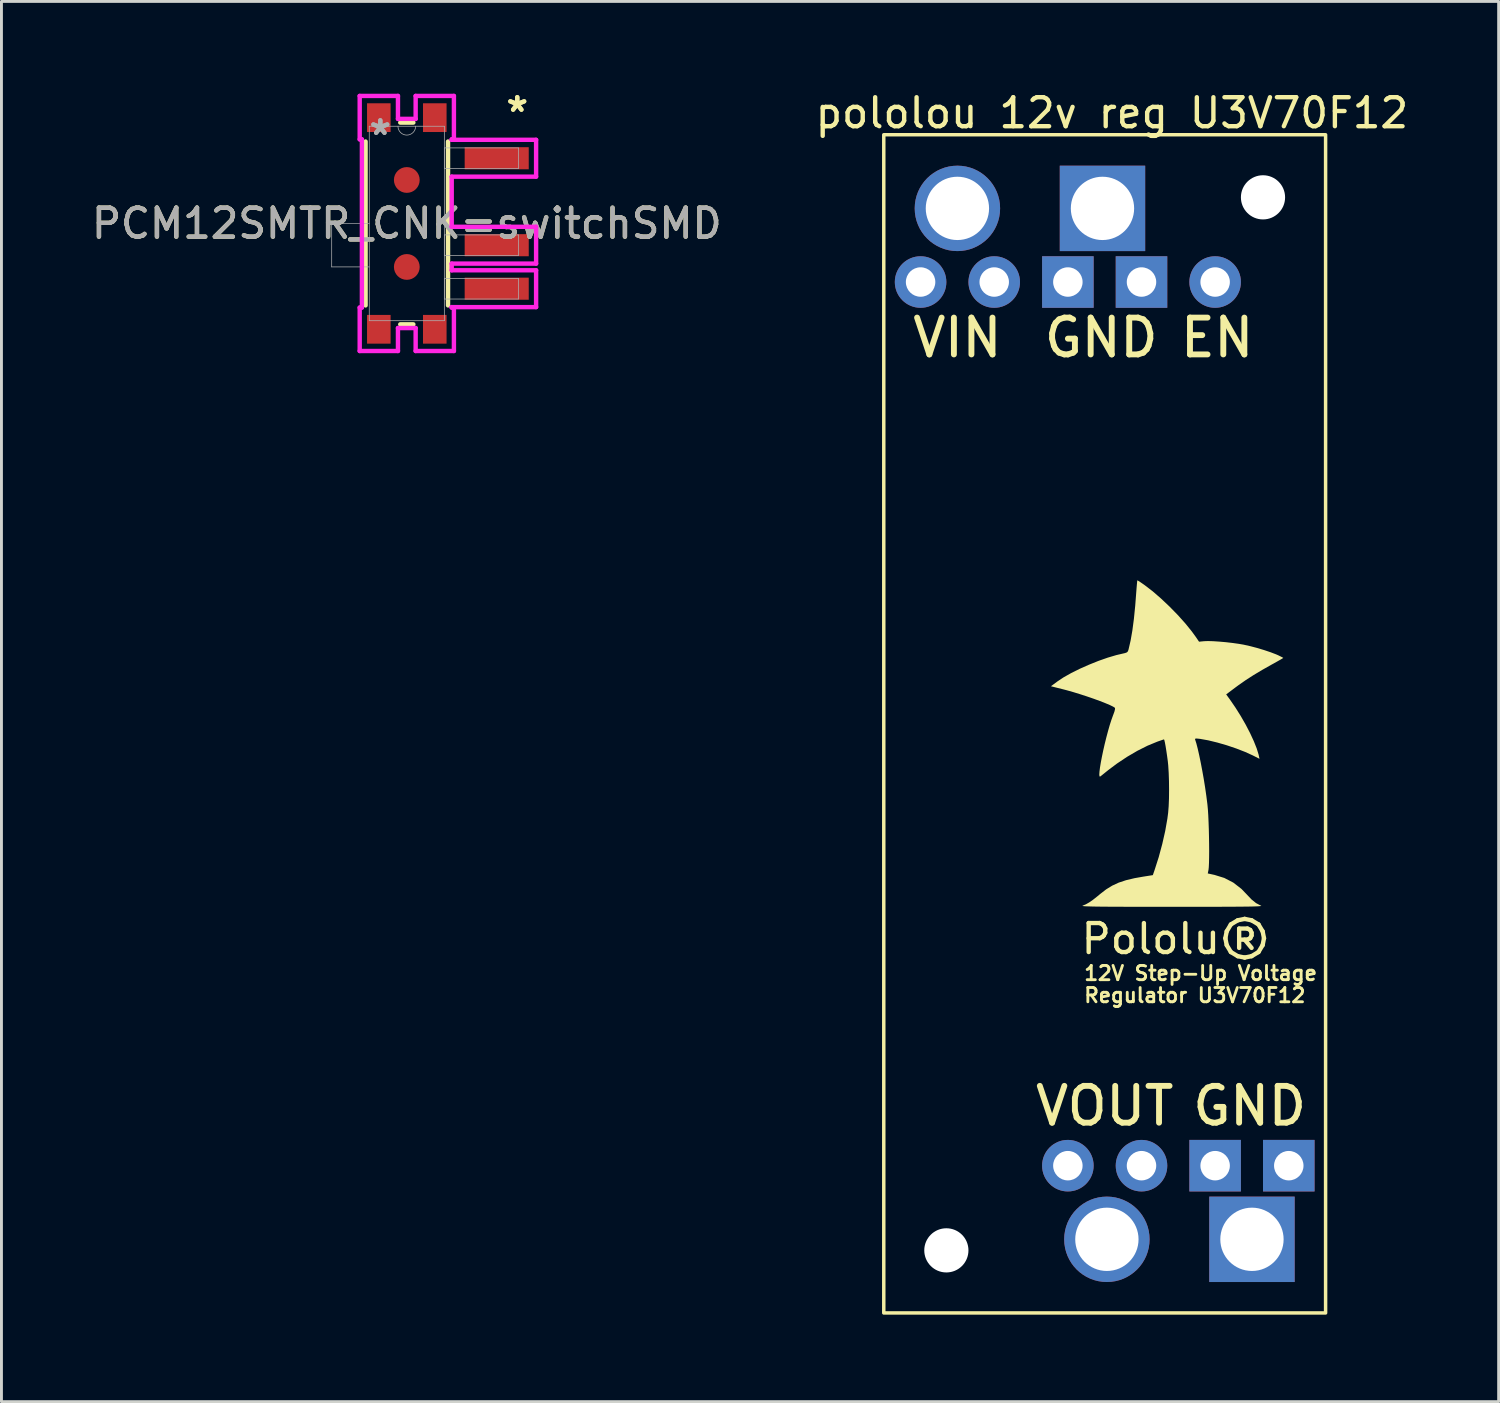
<source format=kicad_pcb>
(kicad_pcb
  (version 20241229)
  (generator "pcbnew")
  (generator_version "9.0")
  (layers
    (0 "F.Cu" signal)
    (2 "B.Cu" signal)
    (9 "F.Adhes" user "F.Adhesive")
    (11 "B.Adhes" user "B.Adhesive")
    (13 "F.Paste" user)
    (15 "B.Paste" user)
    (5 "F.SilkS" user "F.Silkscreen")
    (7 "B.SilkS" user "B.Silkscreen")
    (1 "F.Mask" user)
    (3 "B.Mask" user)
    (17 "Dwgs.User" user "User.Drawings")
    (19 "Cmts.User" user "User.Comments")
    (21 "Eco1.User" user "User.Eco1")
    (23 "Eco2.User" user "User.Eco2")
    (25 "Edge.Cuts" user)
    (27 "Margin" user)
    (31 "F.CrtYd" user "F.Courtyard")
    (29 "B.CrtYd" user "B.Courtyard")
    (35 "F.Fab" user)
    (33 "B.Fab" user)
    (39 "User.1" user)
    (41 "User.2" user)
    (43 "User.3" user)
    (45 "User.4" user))
  (footprint "pololou 12v reg U3V70F12"
    (layer "F.Cu")
    (at 35.054 1.348)
    (property "Reference" "pololou 12v reg U3V70F12" (at 0.25 -0.5 0) (unlocked yes) (layer "F.SilkS") (effects (font (size 1 1) (thickness 0.15))))
    (attr through_hole)
    (fp_rect (start -7.62 0.25) (end 7.62 40.89) (stroke (width 0.12) (type default)) (fill no) (layer "F.SilkS"))
    (fp_poly (pts (xy 1.153 15.633) (xy 1.221 15.676) (xy 1.317 15.742) (xy 1.385 15.79) (xy 1.657 15.999) (xy 1.944 16.248) (xy 2.235 16.523) (xy 2.518 16.812) (xy 2.779 17.103) (xy 3.006 17.383) (xy 3.144 17.573) (xy 3.255 17.736) (xy 3.429 17.719) (xy 3.56 17.714) (xy 3.739 17.719) (xy 3.95 17.733) (xy 4.179 17.753) (xy 4.412 17.78) (xy 4.632 17.811) (xy 4.793 17.839) (xy 5.013 17.888) (xy 5.253 17.951) (xy 5.496 18.024) (xy 5.723 18.1) (xy 5.916 18.174) (xy 5.993 18.208) (xy 6.082 18.252) (xy 6.143 18.284) (xy 6.16 18.296) (xy 6.134 18.313) (xy 6.062 18.356) (xy 5.954 18.417) (xy 5.821 18.492) (xy 5.771 18.519) (xy 5.427 18.713) (xy 5.13 18.891) (xy 4.865 19.062) (xy 4.62 19.233) (xy 4.502 19.32) (xy 4.191 19.554) (xy 4.322 19.734) (xy 4.511 20.01) (xy 4.694 20.301) (xy 4.864 20.598) (xy 5.016 20.891) (xy 5.144 21.168) (xy 5.244 21.419) (xy 5.31 21.634) (xy 5.318 21.671) (xy 5.34 21.776) (xy 5.107 21.658) (xy 4.843 21.538) (xy 4.539 21.42) (xy 4.214 21.31) (xy 3.886 21.215) (xy 3.574 21.139) (xy 3.296 21.089) (xy 3.273 21.086) (xy 3.175 21.076) (xy 3.127 21.079) (xy 3.116 21.098) (xy 3.12 21.113) (xy 3.161 21.241) (xy 3.208 21.422) (xy 3.259 21.646) (xy 3.312 21.902) (xy 3.365 22.18) (xy 3.417 22.471) (xy 3.464 22.763) (xy 3.505 23.047) (xy 3.539 23.312) (xy 3.545 23.365) (xy 3.56 23.526) (xy 3.573 23.726) (xy 3.583 23.955) (xy 3.592 24.203) (xy 3.598 24.459) (xy 3.602 24.714) (xy 3.604 24.957) (xy 3.602 25.178) (xy 3.598 25.368) (xy 3.591 25.515) (xy 3.581 25.61) (xy 3.579 25.616) (xy 3.556 25.73) (xy 3.786 25.78) (xy 4.126 25.885) (xy 4.437 26.046) (xy 4.718 26.264) (xy 4.899 26.452) (xy 5.066 26.628) (xy 5.22 26.752) (xy 5.371 26.832) (xy 5.39 26.839) (xy 5.402 26.846) (xy 5.395 26.852) (xy 5.365 26.857) (xy 5.309 26.862) (xy 5.224 26.866) (xy 5.106 26.87) (xy 4.953 26.873) (xy 4.761 26.875) (xy 4.526 26.877) (xy 4.246 26.878) (xy 3.918 26.88) (xy 3.537 26.88) (xy 3.101 26.881) (xy 2.606 26.881) (xy 2.318 26.881) (xy 1.789 26.881) (xy 1.319 26.881) (xy 0.907 26.88) (xy 0.549 26.879) (xy 0.242 26.878) (xy -0.017 26.876) (xy -0.233 26.874) (xy -0.407 26.871) (xy -0.542 26.867) (xy -0.643 26.864) (xy -0.712 26.859) (xy -0.753 26.854) (xy -0.768 26.848) (xy -0.761 26.841) (xy -0.758 26.84) (xy -0.648 26.794) (xy -0.534 26.729) (xy -0.404 26.639) (xy -0.247 26.515) (xy -0.152 26.436) (xy 0.051 26.279) (xy 0.259 26.151) (xy 0.483 26.047) (xy 0.736 25.963) (xy 1.03 25.893) (xy 1.331 25.84) (xy 1.661 25.788) (xy 1.721 25.614) (xy 1.864 25.167) (xy 1.987 24.711) (xy 2.088 24.265) (xy 2.162 23.845) (xy 2.189 23.639) (xy 2.207 23.414) (xy 2.218 23.145) (xy 2.221 22.851) (xy 2.218 22.55) (xy 2.208 22.262) (xy 2.192 22.004) (xy 2.177 21.857) (xy 2.152 21.672) (xy 2.126 21.496) (xy 2.101 21.341) (xy 2.078 21.217) (xy 2.059 21.135) (xy 2.046 21.105) (xy 2.046 21.105) (xy 2.014 21.115) (xy 1.937 21.142) (xy 1.83 21.179) (xy 1.804 21.189) (xy 1.477 21.324) (xy 1.127 21.5) (xy 0.77 21.709) (xy 0.422 21.941) (xy 0.127 22.162) (xy 0.019 22.249) (xy -0.073 22.323) (xy -0.137 22.373) (xy -0.154 22.387) (xy -0.178 22.383) (xy -0.186 22.325) (xy -0.18 22.22) (xy -0.162 22.077) (xy -0.133 21.902) (xy -0.095 21.703) (xy -0.05 21.488) (xy 0.001 21.264) (xy 0.057 21.038) (xy 0.116 20.817) (xy 0.175 20.61) (xy 0.235 20.424) (xy 0.292 20.266) (xy 0.3 20.246) (xy 0.338 20.141) (xy 0.357 20.059) (xy 0.355 20.018) (xy 0.292 19.977) (xy 0.178 19.921) (xy 0.021 19.855) (xy -0.169 19.781) (xy -0.385 19.702) (xy -0.615 19.623) (xy -0.852 19.546) (xy -1.086 19.474) (xy -1.309 19.411) (xy -1.428 19.38) (xy -1.854 19.273) (xy -1.633 19.109) (xy -1.42 18.967) (xy -1.157 18.819) (xy -0.86 18.671) (xy -0.542 18.53) (xy -0.216 18.399) (xy 0.103 18.287) (xy 0.403 18.198) (xy 0.596 18.153) (xy 0.704 18.128) (xy 0.767 18.104) (xy 0.801 18.068) (xy 0.822 18.009) (xy 0.825 17.997) (xy 0.894 17.698) (xy 0.955 17.349) (xy 1.008 16.947) (xy 1.054 16.487) (xy 1.081 16.136) (xy 1.094 15.964) (xy 1.106 15.816) (xy 1.116 15.702) (xy 1.123 15.634) (xy 1.126 15.62)) (stroke (width 0) (type solid)) (fill yes) (layer "F.SilkS"))
    (fp_text user "VOUT" (at 0 33.75 0) (unlocked yes) (layer "F.SilkS") (effects (font (size 1.27 1.27) (thickness 0.203))))
    (fp_text user "GND" (at -0.12 7.25 0) (unlocked yes) (layer "F.SilkS") (effects (font (size 1.27 1.27) (thickness 0.203))))
    (fp_text user "GND" (at 5 33.75 0) (unlocked yes) (layer "F.SilkS") (effects (font (size 1.27 1.27) (thickness 0.203))))
    (fp_text user "VIN" (at -5.08 7.25 0) (unlocked yes) (layer "F.SilkS") (effects (font (size 1.27 1.27) (thickness 0.203))))
    (fp_text user "Pololu®" (at -0.889 28.571 0) (unlocked yes) (layer "F.SilkS") (effects (font (size 1 1) (thickness 0.15)) (justify left bottom)))
    (fp_text user "Regulator U3V70F12" (at -0.762 30.222 0) (unlocked yes) (layer "F.SilkS") (effects (font (size 0.492 0.492) (thickness 0.098) (bold yes)) (justify left bottom)))
    (fp_text user "12V Step-Up Voltage" (at -0.762 29.46 0) (unlocked yes) (layer "F.SilkS") (effects (font (size 0.492 0.492) (thickness 0.098) (bold yes)) (justify left bottom)))
    (fp_text user "EN" (at 3.88 7.25 0) (unlocked yes) (layer "F.SilkS") (effects (font (size 1.27 1.27) (thickness 0.203))))
    (pad "" np_thru_hole circle (at -5.461 38.731) (size 1.524 1.524) (drill 2.184) (layers "*.Cu" "*.Mask"))
    (pad "" np_thru_hole circle (at 5.461 2.409) (size 1.524 1.524) (drill 2.184) (layers "*.Cu" "*.Mask"))
    (pad "1" thru_hole circle (at -6.35 5.33) (size 1.778 1.778) (drill 1.016) (layers "*.Cu" "*.Mask"))
    (pad "1" thru_hole circle (at -5.08 2.79) (size 2.946 2.946) (drill 2.184) (layers "*.Cu" "*.Mask"))
    (pad "1" thru_hole circle (at -3.81 5.33) (size 1.778 1.778) (drill 1.016) (layers "*.Cu" "*.Mask"))
    (pad "2" thru_hole circle (at -1.27 35.81) (size 1.778 1.778) (drill 1.016) (layers "*.Cu" "*.Mask"))
    (pad "2" thru_hole circle (at 0.076 38.35) (size 2.946 2.946) (drill 2.184) (layers "*.Cu" "*.Mask"))
    (pad "2" thru_hole circle (at 1.27 35.81) (size 1.778 1.778) (drill 1.016) (layers "*.Cu" "*.Mask"))
    (pad "3" thru_hole circle (at 3.81 5.33) (size 1.778 1.778) (drill 1.016) (layers "*.Cu" "*.Mask"))
    (pad "4" thru_hole rect (at -1.27 5.33) (size 1.778 1.778) (drill 1.016) (layers "*.Cu" "*.Mask"))
    (pad "4" thru_hole rect (at -0.076 2.79) (size 2.946 2.946) (drill 2.184) (layers "*.Cu" "*.Mask"))
    (pad "4" thru_hole rect (at 1.27 5.33) (size 1.778 1.778) (drill 1.016) (layers "*.Cu" "*.Mask"))
    (pad "4" thru_hole rect (at 3.81 35.81) (size 1.778 1.778) (drill 1.016) (layers "*.Cu" "*.Mask"))
    (pad "4" thru_hole rect (at 5.08 38.35) (size 2.946 2.946) (drill 2.184) (layers "*.Cu" "*.Mask"))
    (pad "4" thru_hole rect (at 6.35 35.81) (size 1.778 1.778) (drill 1.016) (layers "*.Cu" "*.Mask")))
  (footprint "PCM12SMTR_CNK=switchSMD"
    (layer "F.Cu")
    (at 10.982 4.658)
    (property "Reference" "PCM12SMTR_CNK=switchSMD" (at 0 0 0) (unlocked yes) (layer "F.SilkS") (effects (font (size 1 1) (thickness 0.15))))
    (attr smd)
    (fp_line (start -1.422 2.826) (end -1.422 -2.826) (stroke (width 0.152) (type solid)) (layer "F.SilkS"))
    (fp_line (start -0.226 -3.48) (end 0.226 -3.48) (stroke (width 0.152) (type solid)) (layer "F.SilkS"))
    (fp_line (start 0.226 3.48) (end -0.226 3.48) (stroke (width 0.152) (type solid)) (layer "F.SilkS"))
    (fp_line (start 1.422 -2.826) (end 1.422 2.826) (stroke (width 0.152) (type solid)) (layer "F.SilkS"))
    (fp_line (start -1.625 -4.399) (end -1.625 -2.901) (stroke (width 0.152) (type solid)) (layer "F.CrtYd"))
    (fp_line (start -1.625 -2.901) (end -1.549 -2.901) (stroke (width 0.152) (type solid)) (layer "F.CrtYd"))
    (fp_line (start -1.625 2.901) (end -1.625 4.399) (stroke (width 0.152) (type solid)) (layer "F.CrtYd"))
    (fp_line (start -1.625 4.399) (end -0.305 4.399) (stroke (width 0.152) (type solid)) (layer "F.CrtYd"))
    (fp_line (start -1.549 -2.901) (end -1.549 2.901) (stroke (width 0.152) (type solid)) (layer "F.CrtYd"))
    (fp_line (start -1.549 2.901) (end -1.625 2.901) (stroke (width 0.152) (type solid)) (layer "F.CrtYd"))
    (fp_line (start -0.305 -4.399) (end -1.625 -4.399) (stroke (width 0.152) (type solid)) (layer "F.CrtYd"))
    (fp_line (start -0.305 -3.607) (end -0.305 -4.399) (stroke (width 0.152) (type solid)) (layer "F.CrtYd"))
    (fp_line (start -0.305 3.607) (end 0.305 3.607) (stroke (width 0.152) (type solid)) (layer "F.CrtYd"))
    (fp_line (start -0.305 4.399) (end -0.305 3.607) (stroke (width 0.152) (type solid)) (layer "F.CrtYd"))
    (fp_line (start 0.305 -4.399) (end 0.305 -3.607) (stroke (width 0.152) (type solid)) (layer "F.CrtYd"))
    (fp_line (start 0.305 -3.607) (end -0.305 -3.607) (stroke (width 0.152) (type solid)) (layer "F.CrtYd"))
    (fp_line (start 0.305 3.607) (end 0.305 4.399) (stroke (width 0.152) (type solid)) (layer "F.CrtYd"))
    (fp_line (start 0.305 4.399) (end 1.625 4.399) (stroke (width 0.152) (type solid)) (layer "F.CrtYd"))
    (fp_line (start 1.549 -2.901) (end 1.625 -2.901) (stroke (width 0.152) (type solid)) (layer "F.CrtYd"))
    (fp_line (start 1.549 -2.885) (end 1.549 -2.901) (stroke (width 0.152) (type solid)) (layer "F.CrtYd"))
    (fp_line (start 1.549 -1.615) (end 4.46 -1.615) (stroke (width 0.152) (type solid)) (layer "F.CrtYd"))
    (fp_line (start 1.549 0.115) (end 1.549 -1.615) (stroke (width 0.152) (type solid)) (layer "F.CrtYd"))
    (fp_line (start 1.549 1.385) (end 4.46 1.385) (stroke (width 0.152) (type solid)) (layer "F.CrtYd"))
    (fp_line (start 1.549 1.615) (end 1.549 1.385) (stroke (width 0.152) (type solid)) (layer "F.CrtYd"))
    (fp_line (start 1.549 2.885) (end 4.46 2.885) (stroke (width 0.152) (type solid)) (layer "F.CrtYd"))
    (fp_line (start 1.549 2.901) (end 1.549 2.885) (stroke (width 0.152) (type solid)) (layer "F.CrtYd"))
    (fp_line (start 1.625 -4.399) (end 0.305 -4.399) (stroke (width 0.152) (type solid)) (layer "F.CrtYd"))
    (fp_line (start 1.625 -2.901) (end 1.625 -4.399) (stroke (width 0.152) (type solid)) (layer "F.CrtYd"))
    (fp_line (start 1.625 2.901) (end 1.549 2.901) (stroke (width 0.152) (type solid)) (layer "F.CrtYd"))
    (fp_line (start 1.625 4.399) (end 1.625 2.901) (stroke (width 0.152) (type solid)) (layer "F.CrtYd"))
    (fp_line (start 4.46 -2.885) (end 1.549 -2.885) (stroke (width 0.152) (type solid)) (layer "F.CrtYd"))
    (fp_line (start 4.46 -1.615) (end 4.46 -2.885) (stroke (width 0.152) (type solid)) (layer "F.CrtYd"))
    (fp_line (start 4.46 0.115) (end 1.549 0.115) (stroke (width 0.152) (type solid)) (layer "F.CrtYd"))
    (fp_line (start 4.46 1.385) (end 4.46 0.115) (stroke (width 0.152) (type solid)) (layer "F.CrtYd"))
    (fp_line (start 4.46 1.615) (end 1.549 1.615) (stroke (width 0.152) (type solid)) (layer "F.CrtYd"))
    (fp_line (start 4.46 2.885) (end 4.46 1.615) (stroke (width 0.152) (type solid)) (layer "F.CrtYd"))
    (fp_line (start -2.591 1.499) (end -2.591 0) (stroke (width 0.025) (type solid)) (layer "F.Fab"))
    (fp_line (start -1.295 -3.353) (end -1.295 3.353) (stroke (width 0.025) (type solid)) (layer "F.Fab"))
    (fp_line (start -1.295 0) (end -2.591 0) (stroke (width 0.025) (type solid)) (layer "F.Fab"))
    (fp_line (start -1.295 1.499) (end -2.591 1.499) (stroke (width 0.025) (type solid)) (layer "F.Fab"))
    (fp_line (start -1.295 3.353) (end 1.295 3.353) (stroke (width 0.025) (type solid)) (layer "F.Fab"))
    (fp_line (start 1.295 -3.353) (end -1.295 -3.353) (stroke (width 0.025) (type solid)) (layer "F.Fab"))
    (fp_line (start 1.295 -2.606) (end 1.295 -1.894) (stroke (width 0.025) (type solid)) (layer "F.Fab"))
    (fp_line (start 1.295 -1.894) (end 3.85 -1.894) (stroke (width 0.025) (type solid)) (layer "F.Fab"))
    (fp_line (start 1.295 0.394) (end 1.295 1.106) (stroke (width 0.025) (type solid)) (layer "F.Fab"))
    (fp_line (start 1.295 1.106) (end 3.85 1.106) (stroke (width 0.025) (type solid)) (layer "F.Fab"))
    (fp_line (start 1.295 1.894) (end 1.295 2.606) (stroke (width 0.025) (type solid)) (layer "F.Fab"))
    (fp_line (start 1.295 2.606) (end 3.85 2.606) (stroke (width 0.025) (type solid)) (layer "F.Fab"))
    (fp_line (start 1.295 3.353) (end 1.295 -3.353) (stroke (width 0.025) (type solid)) (layer "F.Fab"))
    (fp_line (start 3.85 -2.606) (end 1.295 -2.606) (stroke (width 0.025) (type solid)) (layer "F.Fab"))
    (fp_line (start 3.85 -1.894) (end 3.85 -2.606) (stroke (width 0.025) (type solid)) (layer "F.Fab"))
    (fp_line (start 3.85 0.394) (end 1.295 0.394) (stroke (width 0.025) (type solid)) (layer "F.Fab"))
    (fp_line (start 3.85 1.106) (end 3.85 0.394) (stroke (width 0.025) (type solid)) (layer "F.Fab"))
    (fp_line (start 3.85 1.894) (end 1.295 1.894) (stroke (width 0.025) (type solid)) (layer "F.Fab"))
    (fp_line (start 3.85 2.606) (end 3.85 1.894) (stroke (width 0.025) (type solid)) (layer "F.Fab"))
    (fp_arc (start 0.3048 -3.3528) (mid 0 -3.048) (end -0.3048 -3.3528) (stroke (width 0.0254) (type solid)) (layer "F.Fab"))
    (fp_text user "*" (at 3.81 -3.81 0) (unlocked yes) (layer "F.SilkS") (effects (font (size 1 1) (thickness 0.15))))
    (fp_text user "*" (at 3.81 -3.81 0) (layer "F.SilkS") (effects (font (size 1 1) (thickness 0.15))))
    (fp_text user "*" (at -0.914 -3.012 0) (unlocked yes) (layer "F.Fab") (effects (font (size 1 1) (thickness 0.15))))
    (fp_text user "*" (at -0.914 -3.012 0) (layer "F.Fab") (effects (font (size 1 1) (thickness 0.15))))
    (fp_text user "${REFERENCE}" (at 0 0 0) (unlocked yes) (layer "F.Fab") (effects (font (size 1 1) (thickness 0.15))))
    (pad "1" smd rect (at 3.101 -2.25) (size 2.21 0.762) (layers "F.Cu" "F.Mask" "F.Paste"))
    (pad "2" smd rect (at 3.101 0.75) (size 2.21 0.762) (layers "F.Cu" "F.Mask" "F.Paste"))
    (pad "3" smd rect (at 3.101 2.25) (size 2.21 0.762) (layers "F.Cu" "F.Mask" "F.Paste"))
    (pad "4" smd circle (at 0 -1.5) (size 0.889 0.889) (layers "F.Cu" "F.Mask" "F.Paste"))
    (pad "5" smd circle (at 0 1.5) (size 0.889 0.889) (layers "F.Cu" "F.Mask" "F.Paste"))
    (pad "6" smd rect (at -0.965 -3.65) (size 0.813 0.991) (layers "F.Cu" "F.Mask" "F.Paste"))
    (pad "7" smd rect (at 0.965 -3.65) (size 0.813 0.991) (layers "F.Cu" "F.Mask" "F.Paste"))
    (pad "8" smd rect (at -0.965 3.65) (size 0.813 0.991) (layers "F.Cu" "F.Mask" "F.Paste"))
    (pad "9" smd rect (at 0.965 3.65) (size 0.813 0.991) (layers "F.Cu" "F.Mask" "F.Paste")))
  (gr_rect
    (start -3 -3)
    (end 48.643 45.298)
    (stroke (width 0.1) (type default))
    (fill no)
    (layer "Edge.Cuts")))
</source>
